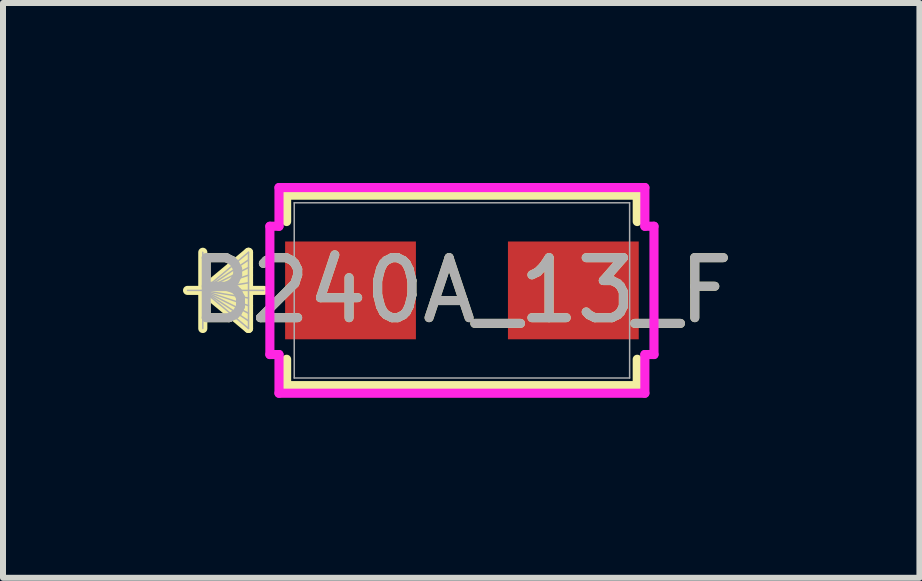
<source format=kicad_pcb>
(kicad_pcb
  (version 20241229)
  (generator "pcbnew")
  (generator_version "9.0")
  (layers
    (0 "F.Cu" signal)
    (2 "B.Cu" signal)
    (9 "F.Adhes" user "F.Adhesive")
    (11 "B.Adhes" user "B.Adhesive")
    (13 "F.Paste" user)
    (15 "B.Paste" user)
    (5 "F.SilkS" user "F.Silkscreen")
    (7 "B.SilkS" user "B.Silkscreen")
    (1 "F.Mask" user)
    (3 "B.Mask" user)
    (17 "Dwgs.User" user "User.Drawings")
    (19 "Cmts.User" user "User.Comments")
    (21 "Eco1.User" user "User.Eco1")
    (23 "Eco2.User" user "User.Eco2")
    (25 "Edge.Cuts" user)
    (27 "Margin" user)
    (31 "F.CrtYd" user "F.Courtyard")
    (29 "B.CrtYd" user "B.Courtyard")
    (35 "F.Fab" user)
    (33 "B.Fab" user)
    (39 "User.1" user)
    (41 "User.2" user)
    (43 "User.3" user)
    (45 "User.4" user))
  (footprint "B240A_13_F"
    (layer "F.Cu")
    (at 4.649 1.79)
    (property "Reference" "B240A_13_F" (at 0 0 0) (unlocked yes) (layer "F.SilkS") (effects (font (size 1 1) (thickness 0.15))))
    (attr smd)
    (fp_line (start -4.319 -0.635) (end -4.319 0.635) (stroke (width 0.152) (type solid)) (layer "F.SilkS"))
    (fp_line (start -4.319 0) (end -3.557 -0.635) (stroke (width 0.152) (type solid)) (layer "F.SilkS"))
    (fp_line (start -4.319 0) (end -3.557 -0.508) (stroke (width 0.152) (type solid)) (layer "F.SilkS"))
    (fp_line (start -4.319 0) (end -3.557 -0.381) (stroke (width 0.152) (type solid)) (layer "F.SilkS"))
    (fp_line (start -4.319 0) (end -3.557 -0.254) (stroke (width 0.152) (type solid)) (layer "F.SilkS"))
    (fp_line (start -4.319 0) (end -3.557 -0.127) (stroke (width 0.152) (type solid)) (layer "F.SilkS"))
    (fp_line (start -4.319 0) (end -3.557 0.127) (stroke (width 0.152) (type solid)) (layer "F.SilkS"))
    (fp_line (start -4.319 0) (end -3.557 0.254) (stroke (width 0.152) (type solid)) (layer "F.SilkS"))
    (fp_line (start -4.319 0) (end -3.557 0.381) (stroke (width 0.152) (type solid)) (layer "F.SilkS"))
    (fp_line (start -4.319 0) (end -3.557 0.508) (stroke (width 0.152) (type solid)) (layer "F.SilkS"))
    (fp_line (start -4.319 0) (end -3.557 0.635) (stroke (width 0.152) (type solid)) (layer "F.SilkS"))
    (fp_line (start -3.557 -0.635) (end -3.557 0.635) (stroke (width 0.152) (type solid)) (layer "F.SilkS"))
    (fp_line (start -3.303 0) (end -4.573 0) (stroke (width 0.152) (type solid)) (layer "F.SilkS"))
    (fp_line (start -2.922 -1.587) (end -2.922 -1.148) (stroke (width 0.152) (type solid)) (layer "F.SilkS"))
    (fp_line (start -2.922 1.148) (end -2.922 1.587) (stroke (width 0.152) (type solid)) (layer "F.SilkS"))
    (fp_line (start -2.922 1.587) (end 2.922 1.587) (stroke (width 0.152) (type solid)) (layer "F.SilkS"))
    (fp_line (start 2.922 -1.587) (end -2.922 -1.587) (stroke (width 0.152) (type solid)) (layer "F.SilkS"))
    (fp_line (start 2.922 -1.148) (end 2.922 -1.587) (stroke (width 0.152) (type solid)) (layer "F.SilkS"))
    (fp_line (start 2.922 1.587) (end 2.922 1.148) (stroke (width 0.152) (type solid)) (layer "F.SilkS"))
    (fp_line (start -3.201 -1.069) (end -3.049 -1.069) (stroke (width 0.152) (type solid)) (layer "F.CrtYd"))
    (fp_line (start -3.201 1.069) (end -3.201 -1.069) (stroke (width 0.152) (type solid)) (layer "F.CrtYd"))
    (fp_line (start -3.049 -1.714) (end 3.049 -1.714) (stroke (width 0.152) (type solid)) (layer "F.CrtYd"))
    (fp_line (start -3.049 -1.069) (end -3.049 -1.714) (stroke (width 0.152) (type solid)) (layer "F.CrtYd"))
    (fp_line (start -3.049 1.069) (end -3.201 1.069) (stroke (width 0.152) (type solid)) (layer "F.CrtYd"))
    (fp_line (start -3.049 1.714) (end -3.049 1.069) (stroke (width 0.152) (type solid)) (layer "F.CrtYd"))
    (fp_line (start 3.049 -1.714) (end 3.049 -1.069) (stroke (width 0.152) (type solid)) (layer "F.CrtYd"))
    (fp_line (start 3.049 -1.069) (end 3.201 -1.069) (stroke (width 0.152) (type solid)) (layer "F.CrtYd"))
    (fp_line (start 3.049 1.069) (end 3.049 1.714) (stroke (width 0.152) (type solid)) (layer "F.CrtYd"))
    (fp_line (start 3.049 1.714) (end -3.049 1.714) (stroke (width 0.152) (type solid)) (layer "F.CrtYd"))
    (fp_line (start 3.201 -1.069) (end 3.201 1.069) (stroke (width 0.152) (type solid)) (layer "F.CrtYd"))
    (fp_line (start 3.201 1.069) (end 3.049 1.069) (stroke (width 0.152) (type solid)) (layer "F.CrtYd"))
    (fp_line (start -4.319 -0.635) (end -4.319 0.635) (stroke (width 0.025) (type solid)) (layer "F.Fab"))
    (fp_line (start -4.319 0) (end -3.557 -0.635) (stroke (width 0.025) (type solid)) (layer "F.Fab"))
    (fp_line (start -4.319 0) (end -3.557 -0.508) (stroke (width 0.025) (type solid)) (layer "F.Fab"))
    (fp_line (start -4.319 0) (end -3.557 -0.381) (stroke (width 0.025) (type solid)) (layer "F.Fab"))
    (fp_line (start -4.319 0) (end -3.557 -0.254) (stroke (width 0.025) (type solid)) (layer "F.Fab"))
    (fp_line (start -4.319 0) (end -3.557 -0.127) (stroke (width 0.025) (type solid)) (layer "F.Fab"))
    (fp_line (start -4.319 0) (end -3.557 0.127) (stroke (width 0.025) (type solid)) (layer "F.Fab"))
    (fp_line (start -4.319 0) (end -3.557 0.254) (stroke (width 0.025) (type solid)) (layer "F.Fab"))
    (fp_line (start -4.319 0) (end -3.557 0.381) (stroke (width 0.025) (type solid)) (layer "F.Fab"))
    (fp_line (start -4.319 0) (end -3.557 0.508) (stroke (width 0.025) (type solid)) (layer "F.Fab"))
    (fp_line (start -4.319 0) (end -3.557 0.635) (stroke (width 0.025) (type solid)) (layer "F.Fab"))
    (fp_line (start -3.557 -0.635) (end -3.557 0.635) (stroke (width 0.025) (type solid)) (layer "F.Fab"))
    (fp_line (start -3.303 0) (end -4.573 0) (stroke (width 0.025) (type solid)) (layer "F.Fab"))
    (fp_line (start -2.795 -1.46) (end -2.795 1.46) (stroke (width 0.025) (type solid)) (layer "F.Fab"))
    (fp_line (start -2.795 1.46) (end 2.795 1.46) (stroke (width 0.025) (type solid)) (layer "F.Fab"))
    (fp_line (start 2.795 -1.46) (end -2.795 -1.46) (stroke (width 0.025) (type solid)) (layer "F.Fab"))
    (fp_line (start 2.795 1.46) (end 2.795 -1.46) (stroke (width 0.025) (type solid)) (layer "F.Fab"))
    (fp_text user "${REFERENCE}" (at 0 0 0) (unlocked yes) (layer "F.Fab") (effects (font (size 1 1) (thickness 0.15))))
    (pad "1" smd rect (at -1.857 0 90) (size 1.63 2.18) (layers "F.Cu" "F.Mask" "F.Paste"))
    (pad "2" smd rect (at 1.857 0 90) (size 1.63 2.18) (layers "F.Cu" "F.Mask" "F.Paste"))
    (zone (net_name "") (layer "F.Cu") (hatch full 0.508) (connect_pads) (min_thickness 0.254) (filled_areas_thickness no) (keepout (tracks not_allowed) (vias not_allowed) (pads allowed) (copperpour not_allowed) (footprints allowed)) (placement (enabled no)) (fill) (polygon (pts (xy 1.905 0.381) (xy 7.393 0.381) (xy 7.393 0.924) (xy 1.905 0.924))))
    (zone (net_name "") (layer "F.Cu") (hatch full 0.508) (connect_pads) (min_thickness 0.254) (filled_areas_thickness no) (keepout (tracks not_allowed) (vias not_allowed) (pads allowed) (copperpour not_allowed) (footprints allowed)) (placement (enabled no)) (fill) (polygon (pts (xy 1.905 2.656) (xy 7.393 2.656) (xy 7.393 3.199) (xy 1.905 3.199))))
    (zone (net_name "") (layer "F.Cu") (hatch full 0.508) (connect_pads) (min_thickness 0.254) (filled_areas_thickness no) (keepout (tracks not_allowed) (vias not_allowed) (pads allowed) (copperpour not_allowed) (footprints allowed)) (placement (enabled no)) (fill) (polygon (pts (xy 3.933 0.924) (xy 5.365 0.924) (xy 5.365 2.656) (xy 3.933 2.656)))))
  (gr_rect
    (start -3 -3)
    (end 12.274 6.58)
    (stroke (width 0.1) (type default))
    (fill no)
    (layer "Edge.Cuts")))
</source>
